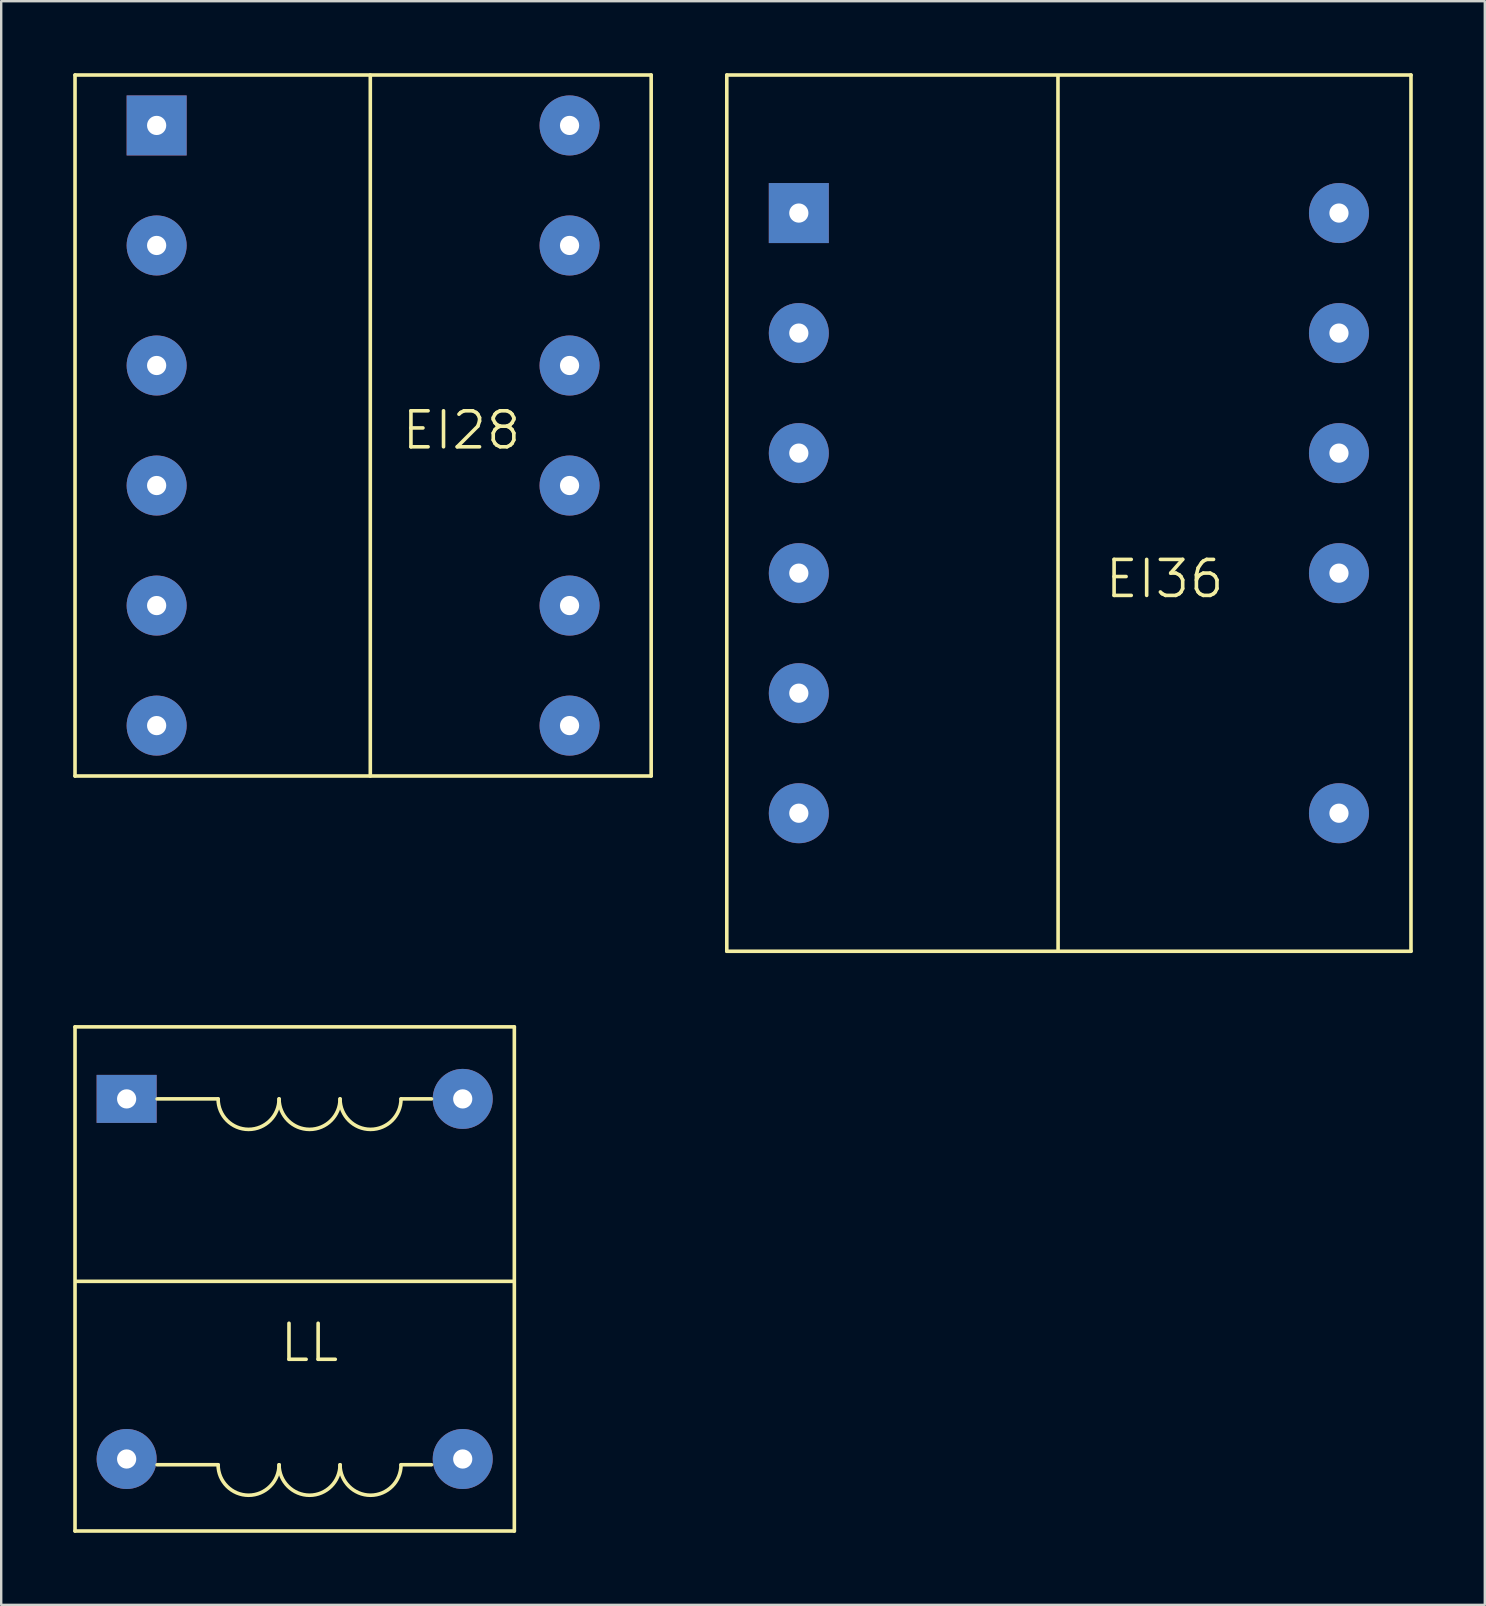
<source format=kicad_pcb>
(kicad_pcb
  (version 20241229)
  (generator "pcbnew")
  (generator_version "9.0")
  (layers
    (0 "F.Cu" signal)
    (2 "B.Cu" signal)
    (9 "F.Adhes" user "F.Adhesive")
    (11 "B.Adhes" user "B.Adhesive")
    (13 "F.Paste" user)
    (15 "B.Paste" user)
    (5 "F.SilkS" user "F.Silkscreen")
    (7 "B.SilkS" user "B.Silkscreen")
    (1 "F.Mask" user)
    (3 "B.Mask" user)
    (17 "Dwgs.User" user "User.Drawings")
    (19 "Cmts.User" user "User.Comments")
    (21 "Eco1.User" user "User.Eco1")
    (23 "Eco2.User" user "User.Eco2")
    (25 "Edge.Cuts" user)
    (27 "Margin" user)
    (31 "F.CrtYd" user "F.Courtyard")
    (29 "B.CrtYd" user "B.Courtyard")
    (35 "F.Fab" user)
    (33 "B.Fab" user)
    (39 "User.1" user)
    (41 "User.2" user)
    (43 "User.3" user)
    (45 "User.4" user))
  (footprint "EI36"
    (layer "F.Cu")
    (at 30.225 5.825)
    (property "Reference" "EI36" (at 15.24 15.24 0) (layer "F.SilkS") (effects (font (size 1.5 1.5) (thickness 0.15))))
    (attr through_hole)
    (fp_line (start -3 -5.75) (end 25.5 -5.75) (stroke (width 0.15) (type solid)) (layer "F.SilkS"))
    (fp_line (start -3 30.75) (end -3 -5.75) (stroke (width 0.15) (type solid)) (layer "F.SilkS"))
    (fp_line (start 10.795 -5.715) (end 10.8 30.7) (stroke (width 0.15) (type solid)) (layer "F.SilkS"))
    (fp_line (start 25.5 -5.75) (end 25.5 30.75) (stroke (width 0.15) (type solid)) (layer "F.SilkS"))
    (fp_line (start 25.5 30.75) (end -3 30.75) (stroke (width 0.15) (type solid)) (layer "F.SilkS"))
    (pad "1" thru_hole rect (at 0 0) (size 2.5 2.5) (drill 0.8) (layers "B.Cu" "B.Mask"))
    (pad "2" thru_hole circle (at 0 5) (size 2.5 2.5) (drill 0.8) (layers "B.Cu" "B.Mask"))
    (pad "3" thru_hole circle (at 0 10) (size 2.5 2.5) (drill 0.8) (layers "B.Cu" "B.Mask"))
    (pad "4" thru_hole circle (at 0 15) (size 2.5 2.5) (drill 0.8) (layers "B.Cu" "B.Mask"))
    (pad "5" thru_hole circle (at 0 20) (size 2.5 2.5) (drill 0.8) (layers "B.Cu" "B.Mask"))
    (pad "6" thru_hole circle (at 0 25) (size 2.5 2.5) (drill 0.8) (layers "B.Cu" "B.Mask"))
    (pad "7" thru_hole circle (at 22.5 25) (size 2.5 2.5) (drill 0.8) (layers "B.Cu" "B.Mask"))
    (pad "9" thru_hole circle (at 22.5 15) (size 2.5 2.5) (drill 0.8) (layers "B.Cu" "B.Mask"))
    (pad "10" thru_hole circle (at 22.5 10) (size 2.5 2.5) (drill 0.8) (layers "B.Cu" "B.Mask"))
    (pad "11" thru_hole circle (at 22.5 5) (size 2.5 2.5) (drill 0.8) (layers "B.Cu" "B.Mask"))
    (pad "12" thru_hole circle (at 22.5 0) (size 2.5 2.5) (drill 0.8) (layers "B.Cu" "B.Mask")))
  (footprint "LL"
    (layer "F.Cu")
    (at 2.225 42.725)
    (property "Reference" "LL" (at 7.62 10.16 0) (layer "F.SilkS") (effects (font (size 1.5 1.5) (thickness 0.15))))
    (attr through_hole)
    (fp_line (start -2.15 -3) (end 16.15 -3) (stroke (width 0.15) (type solid)) (layer "F.SilkS"))
    (fp_line (start -2.15 18) (end -2.15 -3) (stroke (width 0.15) (type solid)) (layer "F.SilkS"))
    (fp_line (start -2.1 7.6) (end 16.1 7.6) (stroke (width 0.15) (type solid)) (layer "F.SilkS"))
    (fp_line (start 1.27 0) (end 3.81 0) (stroke (width 0.15) (type solid)) (layer "F.SilkS"))
    (fp_line (start 1.27 15.24) (end 3.81 15.24) (stroke (width 0.15) (type solid)) (layer "F.SilkS"))
    (fp_line (start 12.7 0) (end 11.43 0) (stroke (width 0.15) (type solid)) (layer "F.SilkS"))
    (fp_line (start 12.7 15.24) (end 11.43 15.24) (stroke (width 0.15) (type solid)) (layer "F.SilkS"))
    (fp_line (start 16.15 -3) (end 16.15 18) (stroke (width 0.15) (type solid)) (layer "F.SilkS"))
    (fp_line (start 16.15 18) (end -2.15 18) (stroke (width 0.15) (type solid)) (layer "F.SilkS"))
    (fp_arc (start 6.35 0) (mid 5.08 1.27) (end 3.81 0) (stroke (width 0.15) (type solid)) (layer "F.SilkS"))
    (fp_arc (start 6.35 15.24) (mid 5.08 16.51) (end 3.81 15.24) (stroke (width 0.15) (type solid)) (layer "F.SilkS"))
    (fp_arc (start 8.89 0) (mid 7.62 1.27) (end 6.35 0) (stroke (width 0.15) (type solid)) (layer "F.SilkS"))
    (fp_arc (start 8.89 15.24) (mid 7.62 16.51) (end 6.35 15.24) (stroke (width 0.15) (type solid)) (layer "F.SilkS"))
    (fp_arc (start 11.43 0) (mid 10.16 1.27) (end 8.89 0) (stroke (width 0.15) (type solid)) (layer "F.SilkS"))
    (fp_arc (start 11.43 15.24) (mid 10.16 16.51) (end 8.89 15.24) (stroke (width 0.15) (type solid)) (layer "F.SilkS"))
    (pad "1" thru_hole rect (at 0 0) (size 2.5 2) (drill 0.8) (layers "B.Cu" "B.Mask"))
    (pad "2" thru_hole circle (at 0 15) (size 2.5 2.5) (drill 0.8) (layers "B.Cu" "B.Mask"))
    (pad "3" thru_hole circle (at 14 15) (size 2.5 2.5) (drill 0.8) (layers "B.Cu" "B.Mask"))
    (pad "4" thru_hole circle (at 14 0) (size 2.5 2.5) (drill 0.8) (layers "B.Cu" "B.Mask")))
  (footprint "EI28"
    (layer "F.Cu")
    (at 3.475 2.175)
    (property "Reference" "EI28" (at 12.7 12.7 0) (layer "F.SilkS") (effects (font (size 1.5 1.5) (thickness 0.15))))
    (attr through_hole)
    (fp_line (start -3.4 -2.1) (end 20.6 -2.1) (stroke (width 0.15) (type solid)) (layer "F.SilkS"))
    (fp_line (start -3.4 27.1) (end -3.4 -2.1) (stroke (width 0.15) (type solid)) (layer "F.SilkS"))
    (fp_line (start 8.9 -2.1) (end 8.9 27.1) (stroke (width 0.15) (type solid)) (layer "F.SilkS"))
    (fp_line (start 20.6 -2.1) (end 20.6 27.1) (stroke (width 0.15) (type solid)) (layer "F.SilkS"))
    (fp_line (start 20.6 27.1) (end -3.4 27.1) (stroke (width 0.15) (type solid)) (layer "F.SilkS"))
    (pad "1" thru_hole rect (at 0 0) (size 2.5 2.5) (drill 0.8) (layers "B.Cu" "B.Mask"))
    (pad "2" thru_hole circle (at 0 5) (size 2.5 2.5) (drill 0.8) (layers "B.Cu" "B.Mask"))
    (pad "3" thru_hole circle (at 0 10) (size 2.5 2.5) (drill 0.8) (layers "B.Cu" "B.Mask"))
    (pad "4" thru_hole circle (at 0 15) (size 2.5 2.5) (drill 0.8) (layers "B.Cu" "B.Mask"))
    (pad "5" thru_hole circle (at 0 20) (size 2.5 2.5) (drill 0.8) (layers "B.Cu" "B.Mask"))
    (pad "6" thru_hole circle (at 0 25) (size 2.5 2.5) (drill 0.8) (layers "B.Cu" "B.Mask"))
    (pad "7" thru_hole circle (at 17.2 25) (size 2.5 2.5) (drill 0.8) (layers "B.Cu" "B.Mask"))
    (pad "8" thru_hole circle (at 17.2 20) (size 2.5 2.5) (drill 0.8) (layers "B.Cu" "B.Mask"))
    (pad "9" thru_hole circle (at 17.2 15) (size 2.5 2.5) (drill 0.8) (layers "B.Cu" "B.Mask"))
    (pad "10" thru_hole circle (at 17.2 10) (size 2.5 2.5) (drill 0.8) (layers "B.Cu" "B.Mask"))
    (pad "11" thru_hole circle (at 17.2 5) (size 2.5 2.5) (drill 0.8) (layers "B.Cu" "B.Mask"))
    (pad "12" thru_hole circle (at 17.2 0) (size 2.5 2.5) (drill 0.8) (layers "B.Cu" "B.Mask")))
  (gr_rect
    (start -3 -3)
    (end 58.8 63.8)
    (stroke (width 0.1) (type default))
    (fill no)
    (layer "Edge.Cuts")))
</source>
